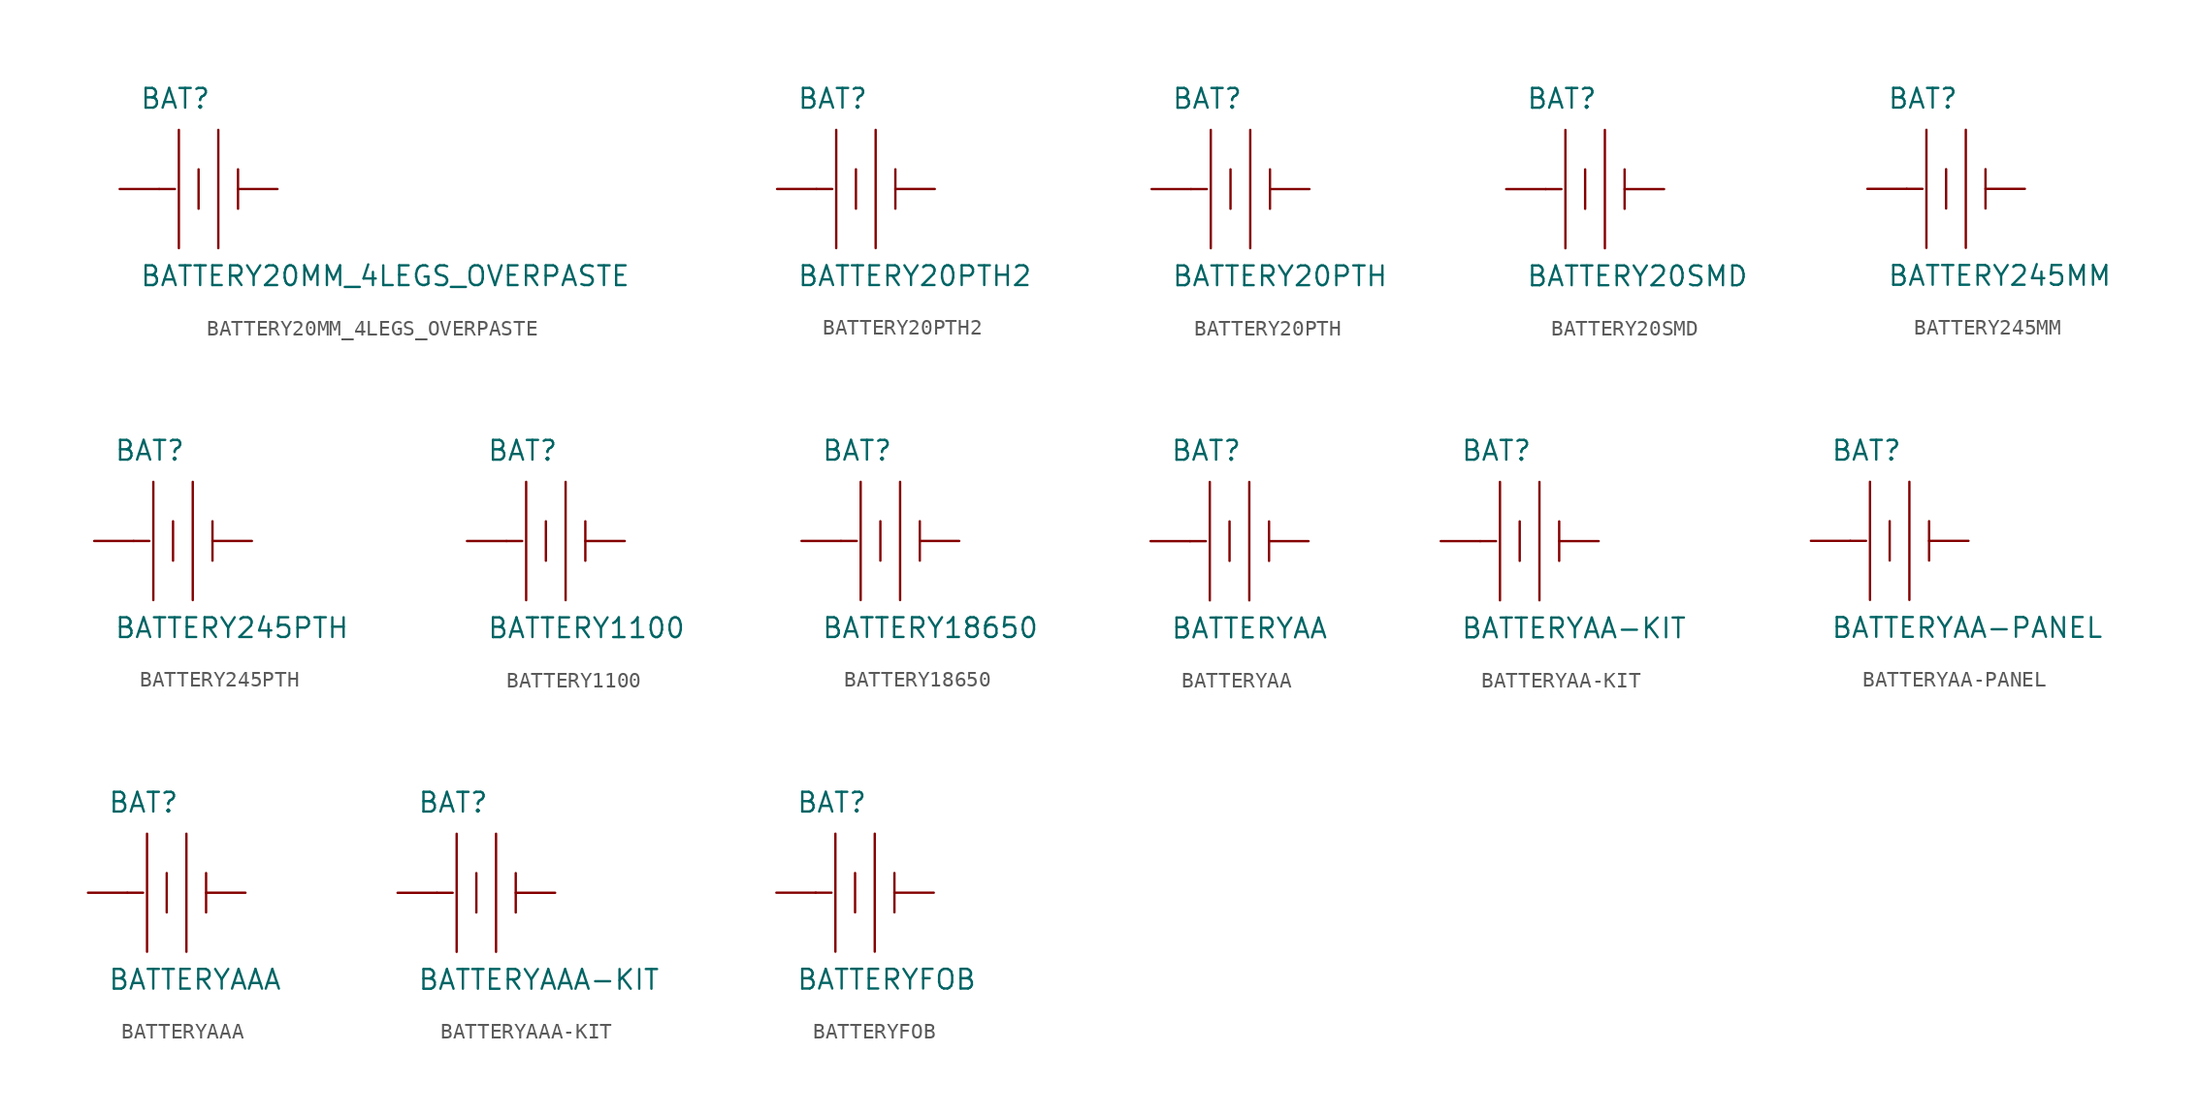
<source format=kicad_sym>
(kicad_symbol_lib
  (version 20220914)
  (generator kicad_symbol_editor)
  (symbol "BATTERY20MM_4LEGS_OVERPASTE"
    (pin_numbers hide)
    (pin_names
      (offset 1.016) hide)
    (property "Reference" "BAT"
      (at -3.81 5.08 0)
      (effects (font (size 1.27 1.27)) (justify left bottom)))
    (property "Value" "BATTERY20MM_4LEGS_OVERPASTE"
      (at -3.81 -6.35 0)
      (effects (font (size 1.27 1.27)) (justify left bottom)))
    (property "ki_locked" ""
      (at 0 0 0)
      (effects (font (size 1.27 1.27))))
    (symbol "BATTERY20MM_4LEGS_OVERPASTE_1_0"
      (polyline (pts (xy -2.54 0) (xy -1.524 0)) (stroke (width 0) (type solid)) (fill (type none)))
      (polyline (pts (xy -1.27 3.81) (xy -1.27 -3.81)) (stroke (width 0) (type solid)) (fill (type none)))
      (polyline (pts (xy 0 1.27) (xy 0 -1.27)) (stroke (width 0) (type solid)) (fill (type none)))
      (polyline (pts (xy 1.27 3.81) (xy 1.27 -3.81)) (stroke (width 0) (type solid)) (fill (type none)))
      (polyline (pts (xy 2.54 1.27) (xy 2.54 -1.27)) (stroke (width 0) (type solid)) (fill (type none))))
    (symbol "BATTERY20MM_4LEGS_OVERPASTE_1_1"
      (pin power_in line (at -5.08 0 0) (length 2.54) (name "+" (effects (font (size 1.016 1.016)))) (number "1" (effects (font (size 1.016 1.016)))))
      (pin power_in line (at 5.08 0 180) (length 2.54) (name "-" (effects (font (size 1.016 1.016)))) (number "2" (effects (font (size 1.016 1.016)))))))
  (symbol "BATTERY20PTH2"
    (pin_numbers hide)
    (pin_names
      (offset 1.016) hide)
    (property "Reference" "BAT"
      (at -3.81 5.08 0)
      (effects (font (size 1.27 1.27)) (justify left bottom)))
    (property "Value" "BATTERY20PTH2"
      (at -3.81 -6.35 0)
      (effects (font (size 1.27 1.27)) (justify left bottom)))
    (property "ki_locked" ""
      (at 0 0 0)
      (effects (font (size 1.27 1.27))))
    (symbol "BATTERY20PTH2_1_0"
      (polyline (pts (xy -2.54 0) (xy -1.524 0)) (stroke (width 0) (type solid)) (fill (type none)))
      (polyline (pts (xy -1.27 3.81) (xy -1.27 -3.81)) (stroke (width 0) (type solid)) (fill (type none)))
      (polyline (pts (xy 0 1.27) (xy 0 -1.27)) (stroke (width 0) (type solid)) (fill (type none)))
      (polyline (pts (xy 1.27 3.81) (xy 1.27 -3.81)) (stroke (width 0) (type solid)) (fill (type none)))
      (polyline (pts (xy 2.54 1.27) (xy 2.54 -1.27)) (stroke (width 0) (type solid)) (fill (type none))))
    (symbol "BATTERY20PTH2_1_1"
      (pin power_in line (at -5.08 0 0) (length 2.54) (name "+" (effects (font (size 1.016 1.016)))) (number "+" (effects (font (size 1.016 1.016)))))
      (pin power_in line (at 5.08 0 180) (length 2.54) (name "-" (effects (font (size 1.016 1.016)))) (number "-" (effects (font (size 1.016 1.016)))))))
  (symbol "BATTERY20PTH"
    (pin_numbers hide)
    (pin_names
      (offset 1.016) hide)
    (property "Reference" "BAT"
      (at -3.81 5.08 0)
      (effects (font (size 1.27 1.27)) (justify left bottom)))
    (property "Value" "BATTERY20PTH"
      (at -3.81 -6.35 0)
      (effects (font (size 1.27 1.27)) (justify left bottom)))
    (property "ki_locked" ""
      (at 0 0 0)
      (effects (font (size 1.27 1.27))))
    (symbol "BATTERY20PTH_1_0"
      (polyline (pts (xy -2.54 0) (xy -1.524 0)) (stroke (width 0) (type solid)) (fill (type none)))
      (polyline (pts (xy -1.27 3.81) (xy -1.27 -3.81)) (stroke (width 0) (type solid)) (fill (type none)))
      (polyline (pts (xy 0 1.27) (xy 0 -1.27)) (stroke (width 0) (type solid)) (fill (type none)))
      (polyline (pts (xy 1.27 3.81) (xy 1.27 -3.81)) (stroke (width 0) (type solid)) (fill (type none)))
      (polyline (pts (xy 2.54 1.27) (xy 2.54 -1.27)) (stroke (width 0) (type solid)) (fill (type none))))
    (symbol "BATTERY20PTH_1_1"
      (pin power_in line (at -5.08 0 0) (length 2.54) (name "+" (effects (font (size 1.016 1.016)))) (number "1" (effects (font (size 1.016 1.016)))))
      (pin power_in line (at 5.08 0 180) (length 2.54) (name "-" (effects (font (size 1.016 1.016)))) (number "2" (effects (font (size 1.016 1.016)))))))
  (symbol "BATTERY20SMD"
    (pin_numbers hide)
    (pin_names
      (offset 1.016) hide)
    (property "Reference" "BAT"
      (at -3.81 5.08 0)
      (effects (font (size 1.27 1.27)) (justify left bottom)))
    (property "Value" "BATTERY20SMD"
      (at -3.81 -6.35 0)
      (effects (font (size 1.27 1.27)) (justify left bottom)))
    (property "ki_locked" ""
      (at 0 0 0)
      (effects (font (size 1.27 1.27))))
    (symbol "BATTERY20SMD_1_0"
      (polyline (pts (xy -2.54 0) (xy -1.524 0)) (stroke (width 0) (type solid)) (fill (type none)))
      (polyline (pts (xy -1.27 3.81) (xy -1.27 -3.81)) (stroke (width 0) (type solid)) (fill (type none)))
      (polyline (pts (xy 0 1.27) (xy 0 -1.27)) (stroke (width 0) (type solid)) (fill (type none)))
      (polyline (pts (xy 1.27 3.81) (xy 1.27 -3.81)) (stroke (width 0) (type solid)) (fill (type none)))
      (polyline (pts (xy 2.54 1.27) (xy 2.54 -1.27)) (stroke (width 0) (type solid)) (fill (type none))))
    (symbol "BATTERY20SMD_1_1"
      (pin power_in line (at -5.08 0 0) (length 2.54) (name "+" (effects (font (size 1.016 1.016)))) (number "1" (effects (font (size 1.016 1.016)))))
      (pin power_in line (at 5.08 0 180) (length 2.54) (name "-" (effects (font (size 1.016 1.016)))) (number "2" (effects (font (size 1.016 1.016)))))))
  (symbol "BATTERY245MM"
    (pin_numbers hide)
    (pin_names
      (offset 1.016) hide)
    (property "Reference" "BAT"
      (at -3.81 5.08 0)
      (effects (font (size 1.27 1.27)) (justify left bottom)))
    (property "Value" "BATTERY245MM"
      (at -3.81 -6.35 0)
      (effects (font (size 1.27 1.27)) (justify left bottom)))
    (property "ki_locked" ""
      (at 0 0 0)
      (effects (font (size 1.27 1.27))))
    (symbol "BATTERY245MM_1_0"
      (polyline (pts (xy -2.54 0) (xy -1.524 0)) (stroke (width 0) (type solid)) (fill (type none)))
      (polyline (pts (xy -1.27 3.81) (xy -1.27 -3.81)) (stroke (width 0) (type solid)) (fill (type none)))
      (polyline (pts (xy 0 1.27) (xy 0 -1.27)) (stroke (width 0) (type solid)) (fill (type none)))
      (polyline (pts (xy 1.27 3.81) (xy 1.27 -3.81)) (stroke (width 0) (type solid)) (fill (type none)))
      (polyline (pts (xy 2.54 1.27) (xy 2.54 -1.27)) (stroke (width 0) (type solid)) (fill (type none))))
    (symbol "BATTERY245MM_1_1"
      (pin power_in line (at -5.08 0 0) (length 2.54) (name "+" (effects (font (size 1.016 1.016)))) (number "1" (effects (font (size 1.016 1.016)))))
      (pin power_in line (at 5.08 0 180) (length 2.54) (name "-" (effects (font (size 1.016 1.016)))) (number "2" (effects (font (size 1.016 1.016)))))))
  (symbol "BATTERY245PTH"
    (pin_numbers hide)
    (pin_names
      (offset 1.016) hide)
    (property "Reference" "BAT"
      (at -3.81 5.08 0)
      (effects (font (size 1.27 1.27)) (justify left bottom)))
    (property "Value" "BATTERY245PTH"
      (at -3.81 -6.35 0)
      (effects (font (size 1.27 1.27)) (justify left bottom)))
    (property "ki_locked" ""
      (at 0 0 0)
      (effects (font (size 1.27 1.27))))
    (symbol "BATTERY245PTH_1_0"
      (polyline (pts (xy -2.54 0) (xy -1.524 0)) (stroke (width 0) (type solid)) (fill (type none)))
      (polyline (pts (xy -1.27 3.81) (xy -1.27 -3.81)) (stroke (width 0) (type solid)) (fill (type none)))
      (polyline (pts (xy 0 1.27) (xy 0 -1.27)) (stroke (width 0) (type solid)) (fill (type none)))
      (polyline (pts (xy 1.27 3.81) (xy 1.27 -3.81)) (stroke (width 0) (type solid)) (fill (type none)))
      (polyline (pts (xy 2.54 1.27) (xy 2.54 -1.27)) (stroke (width 0) (type solid)) (fill (type none))))
    (symbol "BATTERY245PTH_1_1"
      (pin power_in line (at 5.08 0 180) (length 2.54) (name "-" (effects (font (size 1.016 1.016)))) (number "2" (effects (font (size 1.016 1.016)))))
      (pin power_in line (at -5.08 0 0) (length 2.54) (name "+" (effects (font (size 1.016 1.016)))) (number "3" (effects (font (size 1.016 1.016)))))))
  (symbol "BATTERY1100"
    (pin_numbers hide)
    (pin_names
      (offset 1.016) hide)
    (property "Reference" "BAT"
      (at -3.81 5.08 0)
      (effects (font (size 1.27 1.27)) (justify left bottom)))
    (property "Value" "BATTERY1100"
      (at -3.81 -6.35 0)
      (effects (font (size 1.27 1.27)) (justify left bottom)))
    (property "ki_locked" ""
      (at 0 0 0)
      (effects (font (size 1.27 1.27))))
    (symbol "BATTERY1100_1_0"
      (polyline (pts (xy -2.54 0) (xy -1.524 0)) (stroke (width 0) (type solid)) (fill (type none)))
      (polyline (pts (xy -1.27 3.81) (xy -1.27 -3.81)) (stroke (width 0) (type solid)) (fill (type none)))
      (polyline (pts (xy 0 1.27) (xy 0 -1.27)) (stroke (width 0) (type solid)) (fill (type none)))
      (polyline (pts (xy 1.27 3.81) (xy 1.27 -3.81)) (stroke (width 0) (type solid)) (fill (type none)))
      (polyline (pts (xy 2.54 1.27) (xy 2.54 -1.27)) (stroke (width 0) (type solid)) (fill (type none))))
    (symbol "BATTERY1100_1_1"
      (pin power_in line (at -5.08 0 0) (length 2.54) (name "+" (effects (font (size 1.016 1.016)))) (number "+" (effects (font (size 1.016 1.016)))))
      (pin power_in line (at 5.08 0 180) (length 2.54) (name "-" (effects (font (size 1.016 1.016)))) (number "-" (effects (font (size 1.016 1.016)))))))
  (symbol "BATTERY18650"
    (pin_numbers hide)
    (pin_names
      (offset 1.016) hide)
    (property "Reference" "BAT"
      (at -3.81 5.08 0)
      (effects (font (size 1.27 1.27)) (justify left bottom)))
    (property "Value" "BATTERY18650"
      (at -3.81 -6.35 0)
      (effects (font (size 1.27 1.27)) (justify left bottom)))
    (property "ki_locked" ""
      (at 0 0 0)
      (effects (font (size 1.27 1.27))))
    (symbol "BATTERY18650_1_0"
      (polyline (pts (xy -2.54 0) (xy -1.524 0)) (stroke (width 0) (type solid)) (fill (type none)))
      (polyline (pts (xy -1.27 3.81) (xy -1.27 -3.81)) (stroke (width 0) (type solid)) (fill (type none)))
      (polyline (pts (xy 0 1.27) (xy 0 -1.27)) (stroke (width 0) (type solid)) (fill (type none)))
      (polyline (pts (xy 1.27 3.81) (xy 1.27 -3.81)) (stroke (width 0) (type solid)) (fill (type none)))
      (polyline (pts (xy 2.54 1.27) (xy 2.54 -1.27)) (stroke (width 0) (type solid)) (fill (type none))))
    (symbol "BATTERY18650_1_1"
      (pin power_in line (at 5.08 0 180) (length 2.54) (name "-" (effects (font (size 1.016 1.016)))) (number "GND@1" (effects (font (size 1.016 1.016)))))
      (pin power_in line (at -5.08 0 0) (length 2.54) (name "+" (effects (font (size 1.016 1.016)))) (number "PWR@1" (effects (font (size 1.016 1.016)))))))
  (symbol "BATTERYAA"
    (pin_numbers hide)
    (pin_names
      (offset 1.016) hide)
    (property "Reference" "BAT"
      (at -3.81 5.08 0)
      (effects (font (size 1.27 1.27)) (justify left bottom)))
    (property "Value" "BATTERYAA"
      (at -3.81 -6.35 0)
      (effects (font (size 1.27 1.27)) (justify left bottom)))
    (property "ki_locked" ""
      (at 0 0 0)
      (effects (font (size 1.27 1.27))))
    (symbol "BATTERYAA_1_0"
      (polyline (pts (xy -2.54 0) (xy -1.524 0)) (stroke (width 0) (type solid)) (fill (type none)))
      (polyline (pts (xy -1.27 3.81) (xy -1.27 -3.81)) (stroke (width 0) (type solid)) (fill (type none)))
      (polyline (pts (xy 0 1.27) (xy 0 -1.27)) (stroke (width 0) (type solid)) (fill (type none)))
      (polyline (pts (xy 1.27 3.81) (xy 1.27 -3.81)) (stroke (width 0) (type solid)) (fill (type none)))
      (polyline (pts (xy 2.54 1.27) (xy 2.54 -1.27)) (stroke (width 0) (type solid)) (fill (type none))))
    (symbol "BATTERYAA_1_1"
      (pin power_in line (at 5.08 0 180) (length 2.54) (name "-" (effects (font (size 1.016 1.016)))) (number "GND@1" (effects (font (size 1.016 1.016)))))
      (pin power_in line (at -5.08 0 0) (length 2.54) (name "+" (effects (font (size 1.016 1.016)))) (number "PWR@1" (effects (font (size 1.016 1.016)))))))
  (symbol "BATTERYAA-KIT"
    (pin_numbers hide)
    (pin_names
      (offset 1.016) hide)
    (property "Reference" "BAT"
      (at -3.81 5.08 0)
      (effects (font (size 1.27 1.27)) (justify left bottom)))
    (property "Value" "BATTERYAA-KIT"
      (at -3.81 -6.35 0)
      (effects (font (size 1.27 1.27)) (justify left bottom)))
    (property "ki_locked" ""
      (at 0 0 0)
      (effects (font (size 1.27 1.27))))
    (symbol "BATTERYAA-KIT_1_0"
      (polyline (pts (xy -2.54 0) (xy -1.524 0)) (stroke (width 0) (type solid)) (fill (type none)))
      (polyline (pts (xy -1.27 3.81) (xy -1.27 -3.81)) (stroke (width 0) (type solid)) (fill (type none)))
      (polyline (pts (xy 0 1.27) (xy 0 -1.27)) (stroke (width 0) (type solid)) (fill (type none)))
      (polyline (pts (xy 1.27 3.81) (xy 1.27 -3.81)) (stroke (width 0) (type solid)) (fill (type none)))
      (polyline (pts (xy 2.54 1.27) (xy 2.54 -1.27)) (stroke (width 0) (type solid)) (fill (type none))))
    (symbol "BATTERYAA-KIT_1_1"
      (pin power_in line (at 5.08 0 180) (length 2.54) (name "-" (effects (font (size 1.016 1.016)))) (number "GND@1" (effects (font (size 1.016 1.016)))))
      (pin power_in line (at -5.08 0 0) (length 2.54) (name "+" (effects (font (size 1.016 1.016)))) (number "PWR@1" (effects (font (size 1.016 1.016)))))))
  (symbol "BATTERYAA-PANEL"
    (pin_numbers hide)
    (pin_names
      (offset 1.016) hide)
    (property "Reference" "BAT"
      (at -3.81 5.08 0)
      (effects (font (size 1.27 1.27)) (justify left bottom)))
    (property "Value" "BATTERYAA-PANEL"
      (at -3.81 -6.35 0)
      (effects (font (size 1.27 1.27)) (justify left bottom)))
    (property "ki_locked" ""
      (at 0 0 0)
      (effects (font (size 1.27 1.27))))
    (symbol "BATTERYAA-PANEL_1_0"
      (polyline (pts (xy -2.54 0) (xy -1.524 0)) (stroke (width 0) (type solid)) (fill (type none)))
      (polyline (pts (xy -1.27 3.81) (xy -1.27 -3.81)) (stroke (width 0) (type solid)) (fill (type none)))
      (polyline (pts (xy 0 1.27) (xy 0 -1.27)) (stroke (width 0) (type solid)) (fill (type none)))
      (polyline (pts (xy 1.27 3.81) (xy 1.27 -3.81)) (stroke (width 0) (type solid)) (fill (type none)))
      (polyline (pts (xy 2.54 1.27) (xy 2.54 -1.27)) (stroke (width 0) (type solid)) (fill (type none))))
    (symbol "BATTERYAA-PANEL_1_1"
      (pin power_in line (at -5.08 0 0) (length 2.54) (name "+" (effects (font (size 1.016 1.016)))) (number "+" (effects (font (size 1.016 1.016)))))
      (pin power_in line (at 5.08 0 180) (length 2.54) (name "-" (effects (font (size 1.016 1.016)))) (number "-" (effects (font (size 1.016 1.016)))))))
  (symbol "BATTERYAAA"
    (pin_numbers hide)
    (pin_names
      (offset 1.016) hide)
    (property "Reference" "BAT"
      (at -3.81 5.08 0)
      (effects (font (size 1.27 1.27)) (justify left bottom)))
    (property "Value" "BATTERYAAA"
      (at -3.81 -6.35 0)
      (effects (font (size 1.27 1.27)) (justify left bottom)))
    (property "ki_locked" ""
      (at 0 0 0)
      (effects (font (size 1.27 1.27))))
    (symbol "BATTERYAAA_1_0"
      (polyline (pts (xy -2.54 0) (xy -1.524 0)) (stroke (width 0) (type solid)) (fill (type none)))
      (polyline (pts (xy -1.27 3.81) (xy -1.27 -3.81)) (stroke (width 0) (type solid)) (fill (type none)))
      (polyline (pts (xy 0 1.27) (xy 0 -1.27)) (stroke (width 0) (type solid)) (fill (type none)))
      (polyline (pts (xy 1.27 3.81) (xy 1.27 -3.81)) (stroke (width 0) (type solid)) (fill (type none)))
      (polyline (pts (xy 2.54 1.27) (xy 2.54 -1.27)) (stroke (width 0) (type solid)) (fill (type none))))
    (symbol "BATTERYAAA_1_1"
      (pin power_in line (at 5.08 0 180) (length 2.54) (name "-" (effects (font (size 1.016 1.016)))) (number "GND@1" (effects (font (size 1.016 1.016)))))
      (pin power_in line (at -5.08 0 0) (length 2.54) (name "+" (effects (font (size 1.016 1.016)))) (number "PWR@1" (effects (font (size 1.016 1.016)))))))
  (symbol "BATTERYAAA-KIT"
    (pin_numbers hide)
    (pin_names
      (offset 1.016) hide)
    (property "Reference" "BAT"
      (at -3.81 5.08 0)
      (effects (font (size 1.27 1.27)) (justify left bottom)))
    (property "Value" "BATTERYAAA-KIT"
      (at -3.81 -6.35 0)
      (effects (font (size 1.27 1.27)) (justify left bottom)))
    (property "ki_locked" ""
      (at 0 0 0)
      (effects (font (size 1.27 1.27))))
    (symbol "BATTERYAAA-KIT_1_0"
      (polyline (pts (xy -2.54 0) (xy -1.524 0)) (stroke (width 0) (type solid)) (fill (type none)))
      (polyline (pts (xy -1.27 3.81) (xy -1.27 -3.81)) (stroke (width 0) (type solid)) (fill (type none)))
      (polyline (pts (xy 0 1.27) (xy 0 -1.27)) (stroke (width 0) (type solid)) (fill (type none)))
      (polyline (pts (xy 1.27 3.81) (xy 1.27 -3.81)) (stroke (width 0) (type solid)) (fill (type none)))
      (polyline (pts (xy 2.54 1.27) (xy 2.54 -1.27)) (stroke (width 0) (type solid)) (fill (type none))))
    (symbol "BATTERYAAA-KIT_1_1"
      (pin power_in line (at 5.08 0 180) (length 2.54) (name "-" (effects (font (size 1.016 1.016)))) (number "GND@1" (effects (font (size 1.016 1.016)))))
      (pin power_in line (at -5.08 0 0) (length 2.54) (name "+" (effects (font (size 1.016 1.016)))) (number "PWR@1" (effects (font (size 1.016 1.016)))))))
  (symbol "BATTERYFOB"
    (pin_numbers hide)
    (pin_names
      (offset 1.016) hide)
    (property "Reference" "BAT"
      (at -3.81 5.08 0)
      (effects (font (size 1.27 1.27)) (justify left bottom)))
    (property "Value" "BATTERYFOB"
      (at -3.81 -6.35 0)
      (effects (font (size 1.27 1.27)) (justify left bottom)))
    (property "ki_locked" ""
      (at 0 0 0)
      (effects (font (size 1.27 1.27))))
    (symbol "BATTERYFOB_1_0"
      (polyline (pts (xy -2.54 0) (xy -1.524 0)) (stroke (width 0) (type solid)) (fill (type none)))
      (polyline (pts (xy -1.27 3.81) (xy -1.27 -3.81)) (stroke (width 0) (type solid)) (fill (type none)))
      (polyline (pts (xy 0 1.27) (xy 0 -1.27)) (stroke (width 0) (type solid)) (fill (type none)))
      (polyline (pts (xy 1.27 3.81) (xy 1.27 -3.81)) (stroke (width 0) (type solid)) (fill (type none)))
      (polyline (pts (xy 2.54 1.27) (xy 2.54 -1.27)) (stroke (width 0) (type solid)) (fill (type none))))
    (symbol "BATTERYFOB_1_1"
      (pin power_in line (at -5.08 0 0) (length 2.54) (name "+" (effects (font (size 1.016 1.016)))) (number "1" (effects (font (size 1.016 1.016)))))
      (pin power_in line (at 5.08 0 180) (length 2.54) (name "-" (effects (font (size 1.016 1.016)))) (number "2" (effects (font (size 1.016 1.016))))))))
</source>
